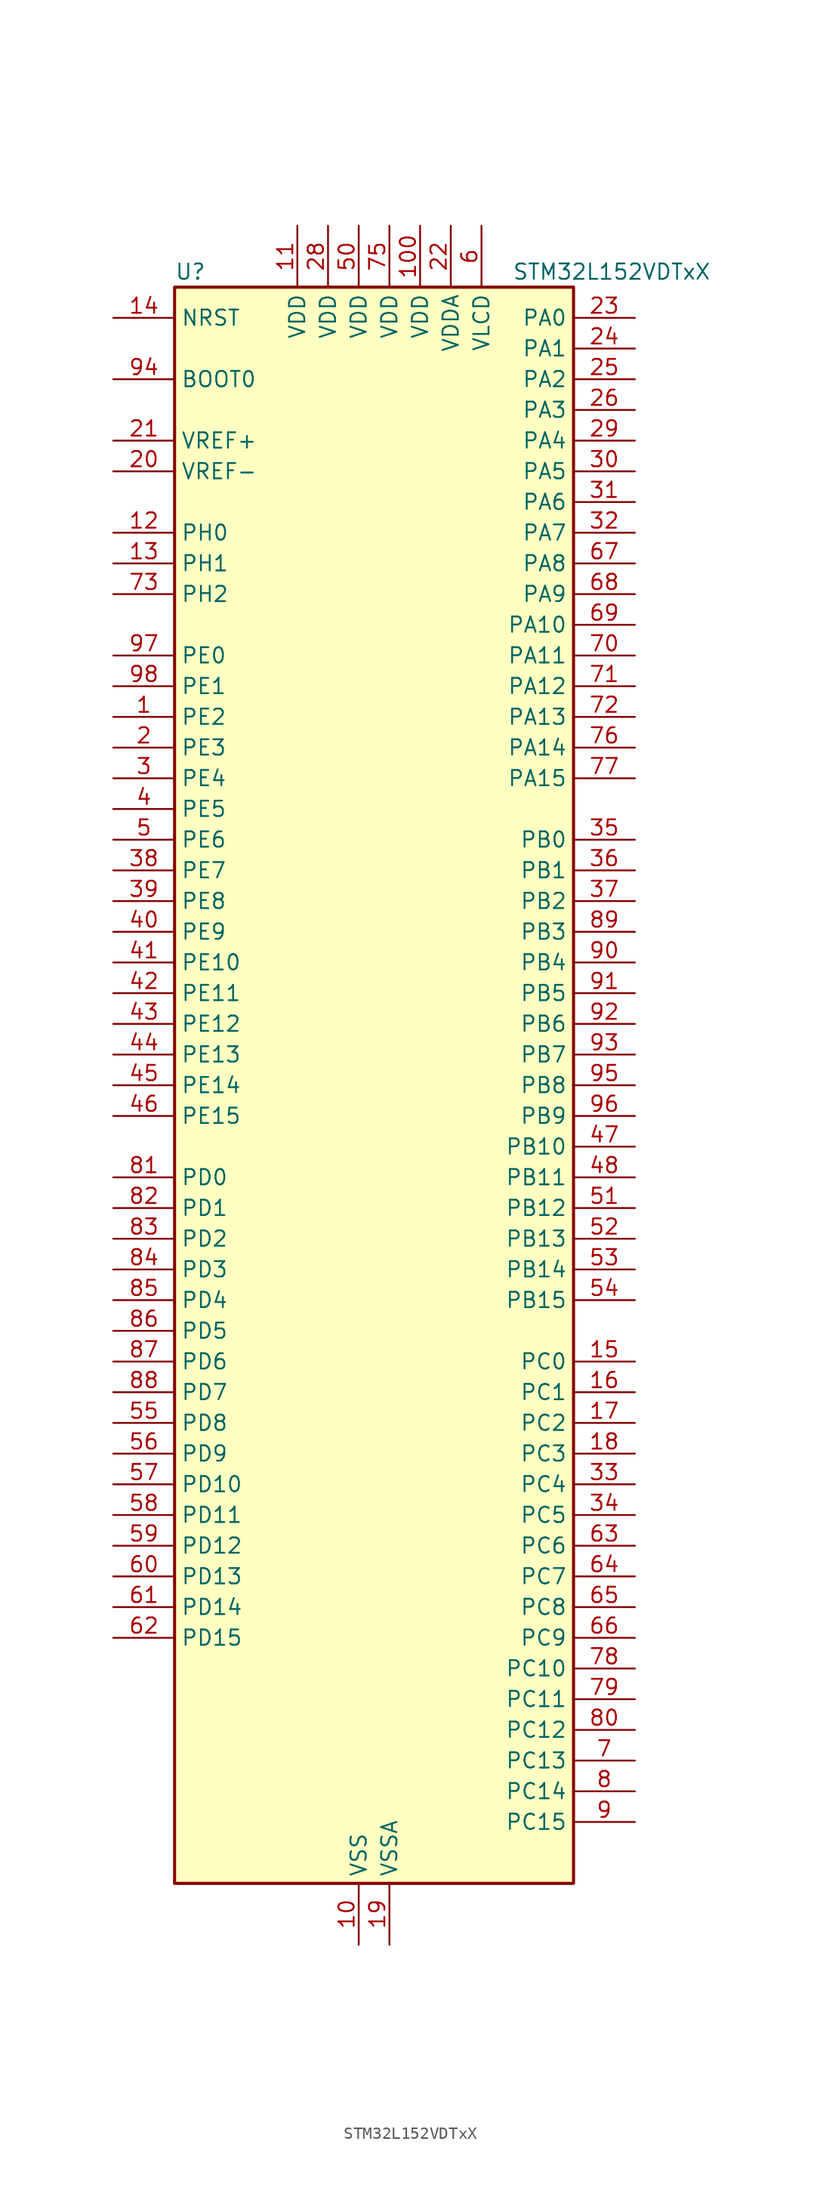
<source format=kicad_sym>
(kicad_symbol_lib
  (version 20231120)
  (generator "kicad_symbol_editor")
  (generator_version "8.0")
  (symbol "STM32L152VDTxX"
    (property "Reference" "U"
      (at -15.24 67.31 0)
      (effects (font (size 1.27 1.27)) (justify left)))
    (property "Value" "STM32L152VDTxX"
      (at 12.7 67.31 0)
      (effects (font (size 1.27 1.27)) (justify left)))
    (property "ki_locked" ""
      (at 0 0 0)
      (effects (font (size 1.27 1.27))))
    (symbol "STM32L152VDTxX_0_1"
      (rectangle (start -15.24 -66.04) (end 17.78 66.04) (stroke (width 0.254) (type default)) (fill (type background))))
    (symbol "STM32L152VDTxX_1_1"
      (pin bidirectional line (at -20.32 30.48 0) (length 5.08) (name "PE2" (effects (font (size 1.27 1.27)))) (number "1" (effects (font (size 1.27 1.27)))) (alternate "LCD_SEG38" bidirectional line) (alternate "SYS_TRACECK" bidirectional line) (alternate "TIM3_ETR" bidirectional line) (alternate "TIMX_IC3" bidirectional line))
      (pin power_in line (at 0 -71.12 90) (length 5.08) (name "VSS" (effects (font (size 1.27 1.27)))) (number "10" (effects (font (size 1.27 1.27)))))
      (pin power_in line (at 5.08 71.12 270) (length 5.08) (name "VDD" (effects (font (size 1.27 1.27)))) (number "100" (effects (font (size 1.27 1.27)))))
      (pin power_in line (at -5.08 71.12 270) (length 5.08) (name "VDD" (effects (font (size 1.27 1.27)))) (number "11" (effects (font (size 1.27 1.27)))))
      (pin bidirectional line (at -20.32 45.72 0) (length 5.08) (name "PH0" (effects (font (size 1.27 1.27)))) (number "12" (effects (font (size 1.27 1.27)))) (alternate "RCC_OSC_IN" bidirectional line))
      (pin bidirectional line (at -20.32 43.18 0) (length 5.08) (name "PH1" (effects (font (size 1.27 1.27)))) (number "13" (effects (font (size 1.27 1.27)))) (alternate "RCC_OSC_OUT" bidirectional line))
      (pin input line (at -20.32 63.5 0) (length 5.08) (name "NRST" (effects (font (size 1.27 1.27)))) (number "14" (effects (font (size 1.27 1.27)))))
      (pin bidirectional line (at 22.86 -22.86 180) (length 5.08) (name "PC0" (effects (font (size 1.27 1.27)))) (number "15" (effects (font (size 1.27 1.27)))) (alternate "ADC_IN10" bidirectional line) (alternate "COMP1_INP" bidirectional line) (alternate "LCD_SEG18" bidirectional line) (alternate "TIMX_IC1" bidirectional line) (alternate "TS_G8_IO1" bidirectional line))
      (pin bidirectional line (at 22.86 -25.4 180) (length 5.08) (name "PC1" (effects (font (size 1.27 1.27)))) (number "16" (effects (font (size 1.27 1.27)))) (alternate "ADC_IN11" bidirectional line) (alternate "COMP1_INP" bidirectional line) (alternate "LCD_SEG19" bidirectional line) (alternate "TIMX_IC2" bidirectional line) (alternate "TS_G8_IO2" bidirectional line))
      (pin bidirectional line (at 22.86 -27.94 180) (length 5.08) (name "PC2" (effects (font (size 1.27 1.27)))) (number "17" (effects (font (size 1.27 1.27)))) (alternate "ADC_IN12" bidirectional line) (alternate "COMP1_INP" bidirectional line) (alternate "LCD_SEG20" bidirectional line) (alternate "TIMX_IC3" bidirectional line) (alternate "TS_G8_IO3" bidirectional line))
      (pin bidirectional line (at 22.86 -30.48 180) (length 5.08) (name "PC3" (effects (font (size 1.27 1.27)))) (number "18" (effects (font (size 1.27 1.27)))) (alternate "ADC_IN13" bidirectional line) (alternate "COMP1_INP" bidirectional line) (alternate "LCD_SEG21" bidirectional line) (alternate "TIMX_IC4" bidirectional line) (alternate "TS_G8_IO4" bidirectional line))
      (pin power_in line (at 2.54 -71.12 90) (length 5.08) (name "VSSA" (effects (font (size 1.27 1.27)))) (number "19" (effects (font (size 1.27 1.27)))))
      (pin bidirectional line (at -20.32 27.94 0) (length 5.08) (name "PE3" (effects (font (size 1.27 1.27)))) (number "2" (effects (font (size 1.27 1.27)))) (alternate "LCD_SEG39" bidirectional line) (alternate "SYS_TRACED0" bidirectional line) (alternate "TIM3_CH1" bidirectional line) (alternate "TIMX_IC4" bidirectional line))
      (pin input line (at -20.32 50.8 0) (length 5.08) (name "VREF-" (effects (font (size 1.27 1.27)))) (number "20" (effects (font (size 1.27 1.27)))))
      (pin input line (at -20.32 53.34 0) (length 5.08) (name "VREF+" (effects (font (size 1.27 1.27)))) (number "21" (effects (font (size 1.27 1.27)))))
      (pin power_in line (at 7.62 71.12 270) (length 5.08) (name "VDDA" (effects (font (size 1.27 1.27)))) (number "22" (effects (font (size 1.27 1.27)))))
      (pin bidirectional line (at 22.86 63.5 180) (length 5.08) (name "PA0" (effects (font (size 1.27 1.27)))) (number "23" (effects (font (size 1.27 1.27)))) (alternate "ADC_IN0" bidirectional line) (alternate "COMP1_INP" bidirectional line) (alternate "RTC_TAMP2" bidirectional line) (alternate "SYS_WKUP1" bidirectional line) (alternate "TIM2_CH1" bidirectional line) (alternate "TIM2_ETR" bidirectional line) (alternate "TIM5_CH1" bidirectional line) (alternate "TIMX_IC1" bidirectional line) (alternate "TS_G1_IO1" bidirectional line) (alternate "USART2_CTS" bidirectional line))
      (pin bidirectional line (at 22.86 60.96 180) (length 5.08) (name "PA1" (effects (font (size 1.27 1.27)))) (number "24" (effects (font (size 1.27 1.27)))) (alternate "ADC_IN1" bidirectional line) (alternate "COMP1_INP" bidirectional line) (alternate "LCD_SEG0" bidirectional line) (alternate "OPAMP1_VINP" bidirectional line) (alternate "TIM2_CH2" bidirectional line) (alternate "TIM5_CH2" bidirectional line) (alternate "TIMX_IC2" bidirectional line) (alternate "TS_G1_IO2" bidirectional line) (alternate "USART2_RTS" bidirectional line))
      (pin bidirectional line (at 22.86 58.42 180) (length 5.08) (name "PA2" (effects (font (size 1.27 1.27)))) (number "25" (effects (font (size 1.27 1.27)))) (alternate "ADC_IN2" bidirectional line) (alternate "COMP1_INP" bidirectional line) (alternate "LCD_SEG1" bidirectional line) (alternate "OPAMP1_VINM" bidirectional line) (alternate "TIM2_CH3" bidirectional line) (alternate "TIM5_CH3" bidirectional line) (alternate "TIM9_CH1" bidirectional line) (alternate "TIMX_IC3" bidirectional line) (alternate "TS_G1_IO3" bidirectional line) (alternate "USART2_TX" bidirectional line))
      (pin bidirectional line (at 22.86 55.88 180) (length 5.08) (name "PA3" (effects (font (size 1.27 1.27)))) (number "26" (effects (font (size 1.27 1.27)))) (alternate "ADC_IN3" bidirectional line) (alternate "COMP1_INP" bidirectional line) (alternate "LCD_SEG2" bidirectional line) (alternate "OPAMP1_VOUT" bidirectional line) (alternate "TIM2_CH4" bidirectional line) (alternate "TIM5_CH4" bidirectional line) (alternate "TIM9_CH2" bidirectional line) (alternate "TIMX_IC4" bidirectional line) (alternate "TS_G1_IO4" bidirectional line) (alternate "USART2_RX" bidirectional line))
      (pin passive line (at 0 -71.12 90) (length 5.08) hide (name "VSS" (effects (font (size 1.27 1.27)))) (number "27" (effects (font (size 1.27 1.27)))))
      (pin power_in line (at -2.54 71.12 270) (length 5.08) (name "VDD" (effects (font (size 1.27 1.27)))) (number "28" (effects (font (size 1.27 1.27)))))
      (pin bidirectional line (at 22.86 53.34 180) (length 5.08) (name "PA4" (effects (font (size 1.27 1.27)))) (number "29" (effects (font (size 1.27 1.27)))) (alternate "ADC_IN4" bidirectional line) (alternate "COMP1_INP" bidirectional line) (alternate "DAC_OUT1" bidirectional line) (alternate "I2S3_WS" bidirectional line) (alternate "SPI1_NSS" bidirectional line) (alternate "SPI3_NSS" bidirectional line) (alternate "TIMX_IC1" bidirectional line) (alternate "USART2_CK" bidirectional line))
      (pin bidirectional line (at -20.32 25.4 0) (length 5.08) (name "PE4" (effects (font (size 1.27 1.27)))) (number "3" (effects (font (size 1.27 1.27)))) (alternate "SYS_TRACED1" bidirectional line) (alternate "TIM3_CH2" bidirectional line) (alternate "TIMX_IC1" bidirectional line))
      (pin bidirectional line (at 22.86 50.8 180) (length 5.08) (name "PA5" (effects (font (size 1.27 1.27)))) (number "30" (effects (font (size 1.27 1.27)))) (alternate "ADC_IN5" bidirectional line) (alternate "COMP1_INP" bidirectional line) (alternate "DAC_OUT2" bidirectional line) (alternate "SPI1_SCK" bidirectional line) (alternate "TIM2_CH1" bidirectional line) (alternate "TIM2_ETR" bidirectional line) (alternate "TIMX_IC2" bidirectional line))
      (pin bidirectional line (at 22.86 48.26 180) (length 5.08) (name "PA6" (effects (font (size 1.27 1.27)))) (number "31" (effects (font (size 1.27 1.27)))) (alternate "ADC_IN6" bidirectional line) (alternate "COMP1_INP" bidirectional line) (alternate "LCD_SEG3" bidirectional line) (alternate "OPAMP2_VINP" bidirectional line) (alternate "SPI1_MISO" bidirectional line) (alternate "TIM10_CH1" bidirectional line) (alternate "TIM3_CH1" bidirectional line) (alternate "TIMX_IC3" bidirectional line) (alternate "TS_G2_IO1" bidirectional line))
      (pin bidirectional line (at 22.86 45.72 180) (length 5.08) (name "PA7" (effects (font (size 1.27 1.27)))) (number "32" (effects (font (size 1.27 1.27)))) (alternate "ADC_IN7" bidirectional line) (alternate "COMP1_INP" bidirectional line) (alternate "LCD_SEG4" bidirectional line) (alternate "OPAMP2_VINM" bidirectional line) (alternate "SPI1_MOSI" bidirectional line) (alternate "TIM11_CH1" bidirectional line) (alternate "TIM3_CH2" bidirectional line) (alternate "TIMX_IC4" bidirectional line) (alternate "TS_G2_IO2" bidirectional line))
      (pin bidirectional line (at 22.86 -33.02 180) (length 5.08) (name "PC4" (effects (font (size 1.27 1.27)))) (number "33" (effects (font (size 1.27 1.27)))) (alternate "ADC_IN14" bidirectional line) (alternate "COMP1_INP" bidirectional line) (alternate "LCD_SEG22" bidirectional line) (alternate "TIMX_IC1" bidirectional line) (alternate "TS_G9_IO1" bidirectional line))
      (pin bidirectional line (at 22.86 -35.56 180) (length 5.08) (name "PC5" (effects (font (size 1.27 1.27)))) (number "34" (effects (font (size 1.27 1.27)))) (alternate "ADC_IN15" bidirectional line) (alternate "COMP1_INP" bidirectional line) (alternate "LCD_SEG23" bidirectional line) (alternate "TIMX_IC2" bidirectional line) (alternate "TS_G9_IO2" bidirectional line))
      (pin bidirectional line (at 22.86 20.32 180) (length 5.08) (name "PB0" (effects (font (size 1.27 1.27)))) (number "35" (effects (font (size 1.27 1.27)))) (alternate "ADC_IN8" bidirectional line) (alternate "COMP1_INP" bidirectional line) (alternate "LCD_SEG5" bidirectional line) (alternate "OPAMP2_VOUT" bidirectional line) (alternate "SYS_V_REF_OUT" bidirectional line) (alternate "TIM3_CH3" bidirectional line) (alternate "TS_G3_IO1" bidirectional line))
      (pin bidirectional line (at 22.86 17.78 180) (length 5.08) (name "PB1" (effects (font (size 1.27 1.27)))) (number "36" (effects (font (size 1.27 1.27)))) (alternate "ADC_IN9" bidirectional line) (alternate "COMP1_INP" bidirectional line) (alternate "LCD_SEG6" bidirectional line) (alternate "SYS_V_REF_OUT" bidirectional line) (alternate "TIM3_CH4" bidirectional line) (alternate "TS_G3_IO2" bidirectional line))
      (pin bidirectional line (at 22.86 15.24 180) (length 5.08) (name "PB2" (effects (font (size 1.27 1.27)))) (number "37" (effects (font (size 1.27 1.27)))) (alternate "ADC_IN0b" bidirectional line) (alternate "TS_G3_IO3" bidirectional line))
      (pin bidirectional line (at -20.32 17.78 0) (length 5.08) (name "PE7" (effects (font (size 1.27 1.27)))) (number "38" (effects (font (size 1.27 1.27)))) (alternate "ADC_IN22" bidirectional line) (alternate "COMP1_INP" bidirectional line) (alternate "TIMX_IC4" bidirectional line))
      (pin bidirectional line (at -20.32 15.24 0) (length 5.08) (name "PE8" (effects (font (size 1.27 1.27)))) (number "39" (effects (font (size 1.27 1.27)))) (alternate "ADC_IN23" bidirectional line) (alternate "COMP1_INP" bidirectional line) (alternate "TIMX_IC1" bidirectional line))
      (pin bidirectional line (at -20.32 22.86 0) (length 5.08) (name "PE5" (effects (font (size 1.27 1.27)))) (number "4" (effects (font (size 1.27 1.27)))) (alternate "SYS_TRACED2" bidirectional line) (alternate "TIM9_CH1" bidirectional line) (alternate "TIMX_IC2" bidirectional line))
      (pin bidirectional line (at -20.32 12.7 0) (length 5.08) (name "PE9" (effects (font (size 1.27 1.27)))) (number "40" (effects (font (size 1.27 1.27)))) (alternate "ADC_IN24" bidirectional line) (alternate "COMP1_INP" bidirectional line) (alternate "DAC_EXTI9" bidirectional line) (alternate "TIM2_CH1" bidirectional line) (alternate "TIM2_ETR" bidirectional line) (alternate "TIMX_IC2" bidirectional line))
      (pin bidirectional line (at -20.32 10.16 0) (length 5.08) (name "PE10" (effects (font (size 1.27 1.27)))) (number "41" (effects (font (size 1.27 1.27)))) (alternate "ADC_IN25" bidirectional line) (alternate "COMP1_INP" bidirectional line) (alternate "TIM2_CH2" bidirectional line) (alternate "TIMX_IC3" bidirectional line))
      (pin bidirectional line (at -20.32 7.62 0) (length 5.08) (name "PE11" (effects (font (size 1.27 1.27)))) (number "42" (effects (font (size 1.27 1.27)))) (alternate "ADC_EXTI11" bidirectional line) (alternate "TIM2_CH3" bidirectional line) (alternate "TIMX_IC4" bidirectional line))
      (pin bidirectional line (at -20.32 5.08 0) (length 5.08) (name "PE12" (effects (font (size 1.27 1.27)))) (number "43" (effects (font (size 1.27 1.27)))) (alternate "SPI1_NSS" bidirectional line) (alternate "TIM2_CH4" bidirectional line) (alternate "TIMX_IC1" bidirectional line))
      (pin bidirectional line (at -20.32 2.54 0) (length 5.08) (name "PE13" (effects (font (size 1.27 1.27)))) (number "44" (effects (font (size 1.27 1.27)))) (alternate "SPI1_SCK" bidirectional line) (alternate "TIMX_IC2" bidirectional line))
      (pin bidirectional line (at -20.32 0 0) (length 5.08) (name "PE14" (effects (font (size 1.27 1.27)))) (number "45" (effects (font (size 1.27 1.27)))) (alternate "SPI1_MISO" bidirectional line) (alternate "TIMX_IC3" bidirectional line))
      (pin bidirectional line (at -20.32 -2.54 0) (length 5.08) (name "PE15" (effects (font (size 1.27 1.27)))) (number "46" (effects (font (size 1.27 1.27)))) (alternate "ADC_EXTI15" bidirectional line) (alternate "SPI1_MOSI" bidirectional line) (alternate "TIMX_IC4" bidirectional line))
      (pin bidirectional line (at 22.86 -5.08 180) (length 5.08) (name "PB10" (effects (font (size 1.27 1.27)))) (number "47" (effects (font (size 1.27 1.27)))) (alternate "I2C2_SCL" bidirectional line) (alternate "LCD_SEG10" bidirectional line) (alternate "TIM2_CH3" bidirectional line) (alternate "USART3_TX" bidirectional line))
      (pin bidirectional line (at 22.86 -7.62 180) (length 5.08) (name "PB11" (effects (font (size 1.27 1.27)))) (number "48" (effects (font (size 1.27 1.27)))) (alternate "ADC_EXTI11" bidirectional line) (alternate "I2C2_SDA" bidirectional line) (alternate "LCD_SEG11" bidirectional line) (alternate "TIM2_CH4" bidirectional line) (alternate "USART3_RX" bidirectional line))
      (pin passive line (at 0 -71.12 90) (length 5.08) hide (name "VSS" (effects (font (size 1.27 1.27)))) (number "49" (effects (font (size 1.27 1.27)))))
      (pin bidirectional line (at -20.32 20.32 0) (length 5.08) (name "PE6" (effects (font (size 1.27 1.27)))) (number "5" (effects (font (size 1.27 1.27)))) (alternate "RTC_TAMP3" bidirectional line) (alternate "SYS_TRACED3" bidirectional line) (alternate "SYS_WKUP3" bidirectional line) (alternate "TIM9_CH2" bidirectional line) (alternate "TIMX_IC3" bidirectional line))
      (pin power_in line (at 0 71.12 270) (length 5.08) (name "VDD" (effects (font (size 1.27 1.27)))) (number "50" (effects (font (size 1.27 1.27)))))
      (pin bidirectional line (at 22.86 -10.16 180) (length 5.08) (name "PB12" (effects (font (size 1.27 1.27)))) (number "51" (effects (font (size 1.27 1.27)))) (alternate "ADC_IN18" bidirectional line) (alternate "COMP1_INP" bidirectional line) (alternate "I2C2_SMBA" bidirectional line) (alternate "I2S2_WS" bidirectional line) (alternate "LCD_SEG12" bidirectional line) (alternate "SPI2_NSS" bidirectional line) (alternate "TIM10_CH1" bidirectional line) (alternate "TS_G7_IO1" bidirectional line) (alternate "USART3_CK" bidirectional line))
      (pin bidirectional line (at 22.86 -12.7 180) (length 5.08) (name "PB13" (effects (font (size 1.27 1.27)))) (number "52" (effects (font (size 1.27 1.27)))) (alternate "ADC_IN19" bidirectional line) (alternate "COMP1_INP" bidirectional line) (alternate "I2S2_CK" bidirectional line) (alternate "LCD_SEG13" bidirectional line) (alternate "SPI2_SCK" bidirectional line) (alternate "TIM9_CH1" bidirectional line) (alternate "TS_G7_IO2" bidirectional line) (alternate "USART3_CTS" bidirectional line))
      (pin bidirectional line (at 22.86 -15.24 180) (length 5.08) (name "PB14" (effects (font (size 1.27 1.27)))) (number "53" (effects (font (size 1.27 1.27)))) (alternate "ADC_IN20" bidirectional line) (alternate "COMP1_INP" bidirectional line) (alternate "LCD_SEG14" bidirectional line) (alternate "SPI2_MISO" bidirectional line) (alternate "TIM9_CH2" bidirectional line) (alternate "TS_G7_IO3" bidirectional line) (alternate "USART3_RTS" bidirectional line))
      (pin bidirectional line (at 22.86 -17.78 180) (length 5.08) (name "PB15" (effects (font (size 1.27 1.27)))) (number "54" (effects (font (size 1.27 1.27)))) (alternate "ADC_EXTI15" bidirectional line) (alternate "ADC_IN21" bidirectional line) (alternate "COMP1_INP" bidirectional line) (alternate "I2S2_SD" bidirectional line) (alternate "LCD_SEG15" bidirectional line) (alternate "RTC_REFIN" bidirectional line) (alternate "SPI2_MOSI" bidirectional line) (alternate "TIM11_CH1" bidirectional line) (alternate "TS_G7_IO4" bidirectional line))
      (pin bidirectional line (at -20.32 -27.94 0) (length 5.08) (name "PD8" (effects (font (size 1.27 1.27)))) (number "55" (effects (font (size 1.27 1.27)))) (alternate "LCD_SEG28" bidirectional line) (alternate "TIMX_IC1" bidirectional line) (alternate "USART3_TX" bidirectional line))
      (pin bidirectional line (at -20.32 -30.48 0) (length 5.08) (name "PD9" (effects (font (size 1.27 1.27)))) (number "56" (effects (font (size 1.27 1.27)))) (alternate "DAC_EXTI9" bidirectional line) (alternate "LCD_SEG29" bidirectional line) (alternate "TIMX_IC2" bidirectional line) (alternate "USART3_RX" bidirectional line))
      (pin bidirectional line (at -20.32 -33.02 0) (length 5.08) (name "PD10" (effects (font (size 1.27 1.27)))) (number "57" (effects (font (size 1.27 1.27)))) (alternate "LCD_SEG30" bidirectional line) (alternate "TIMX_IC3" bidirectional line) (alternate "USART3_CK" bidirectional line))
      (pin bidirectional line (at -20.32 -35.56 0) (length 5.08) (name "PD11" (effects (font (size 1.27 1.27)))) (number "58" (effects (font (size 1.27 1.27)))) (alternate "ADC_EXTI11" bidirectional line) (alternate "LCD_SEG31" bidirectional line) (alternate "TIMX_IC4" bidirectional line) (alternate "USART3_CTS" bidirectional line))
      (pin bidirectional line (at -20.32 -38.1 0) (length 5.08) (name "PD12" (effects (font (size 1.27 1.27)))) (number "59" (effects (font (size 1.27 1.27)))) (alternate "LCD_SEG32" bidirectional line) (alternate "TIM4_CH1" bidirectional line) (alternate "TIMX_IC1" bidirectional line) (alternate "USART3_RTS" bidirectional line))
      (pin power_in line (at 10.16 71.12 270) (length 5.08) (name "VLCD" (effects (font (size 1.27 1.27)))) (number "6" (effects (font (size 1.27 1.27)))))
      (pin bidirectional line (at -20.32 -40.64 0) (length 5.08) (name "PD13" (effects (font (size 1.27 1.27)))) (number "60" (effects (font (size 1.27 1.27)))) (alternate "LCD_SEG33" bidirectional line) (alternate "TIM4_CH2" bidirectional line) (alternate "TIMX_IC2" bidirectional line))
      (pin bidirectional line (at -20.32 -43.18 0) (length 5.08) (name "PD14" (effects (font (size 1.27 1.27)))) (number "61" (effects (font (size 1.27 1.27)))) (alternate "LCD_SEG34" bidirectional line) (alternate "TIM4_CH3" bidirectional line) (alternate "TIMX_IC3" bidirectional line))
      (pin bidirectional line (at -20.32 -45.72 0) (length 5.08) (name "PD15" (effects (font (size 1.27 1.27)))) (number "62" (effects (font (size 1.27 1.27)))) (alternate "ADC_EXTI15" bidirectional line) (alternate "LCD_SEG35" bidirectional line) (alternate "TIM4_CH4" bidirectional line) (alternate "TIMX_IC4" bidirectional line))
      (pin bidirectional line (at 22.86 -38.1 180) (length 5.08) (name "PC6" (effects (font (size 1.27 1.27)))) (number "63" (effects (font (size 1.27 1.27)))) (alternate "I2S2_MCK" bidirectional line) (alternate "LCD_SEG24" bidirectional line) (alternate "TIM3_CH1" bidirectional line) (alternate "TIMX_IC3" bidirectional line) (alternate "TS_G10_IO1" bidirectional line))
      (pin bidirectional line (at 22.86 -40.64 180) (length 5.08) (name "PC7" (effects (font (size 1.27 1.27)))) (number "64" (effects (font (size 1.27 1.27)))) (alternate "I2S3_MCK" bidirectional line) (alternate "LCD_SEG25" bidirectional line) (alternate "TIM3_CH2" bidirectional line) (alternate "TIMX_IC4" bidirectional line) (alternate "TS_G10_IO2" bidirectional line))
      (pin bidirectional line (at 22.86 -43.18 180) (length 5.08) (name "PC8" (effects (font (size 1.27 1.27)))) (number "65" (effects (font (size 1.27 1.27)))) (alternate "LCD_SEG26" bidirectional line) (alternate "TIM3_CH3" bidirectional line) (alternate "TIMX_IC1" bidirectional line) (alternate "TS_G10_IO3" bidirectional line))
      (pin bidirectional line (at 22.86 -45.72 180) (length 5.08) (name "PC9" (effects (font (size 1.27 1.27)))) (number "66" (effects (font (size 1.27 1.27)))) (alternate "DAC_EXTI9" bidirectional line) (alternate "LCD_SEG27" bidirectional line) (alternate "TIM3_CH4" bidirectional line) (alternate "TIMX_IC2" bidirectional line) (alternate "TS_G10_IO4" bidirectional line))
      (pin bidirectional line (at 22.86 43.18 180) (length 5.08) (name "PA8" (effects (font (size 1.27 1.27)))) (number "67" (effects (font (size 1.27 1.27)))) (alternate "LCD_COM0" bidirectional line) (alternate "RCC_MCO" bidirectional line) (alternate "TIMX_IC1" bidirectional line) (alternate "TS_G4_IO1" bidirectional line) (alternate "USART1_CK" bidirectional line))
      (pin bidirectional line (at 22.86 40.64 180) (length 5.08) (name "PA9" (effects (font (size 1.27 1.27)))) (number "68" (effects (font (size 1.27 1.27)))) (alternate "DAC_EXTI9" bidirectional line) (alternate "LCD_COM1" bidirectional line) (alternate "TIMX_IC2" bidirectional line) (alternate "TS_G4_IO2" bidirectional line) (alternate "USART1_TX" bidirectional line))
      (pin bidirectional line (at 22.86 38.1 180) (length 5.08) (name "PA10" (effects (font (size 1.27 1.27)))) (number "69" (effects (font (size 1.27 1.27)))) (alternate "LCD_COM2" bidirectional line) (alternate "TIMX_IC3" bidirectional line) (alternate "TS_G4_IO3" bidirectional line) (alternate "USART1_RX" bidirectional line))
      (pin bidirectional line (at 22.86 -55.88 180) (length 5.08) (name "PC13" (effects (font (size 1.27 1.27)))) (number "7" (effects (font (size 1.27 1.27)))) (alternate "RTC_OUT_ALARM" bidirectional line) (alternate "RTC_OUT_CALIB" bidirectional line) (alternate "RTC_TAMP1" bidirectional line) (alternate "RTC_TS" bidirectional line) (alternate "SYS_WKUP2" bidirectional line) (alternate "TIMX_IC2" bidirectional line))
      (pin bidirectional line (at 22.86 35.56 180) (length 5.08) (name "PA11" (effects (font (size 1.27 1.27)))) (number "70" (effects (font (size 1.27 1.27)))) (alternate "ADC_EXTI11" bidirectional line) (alternate "SPI1_MISO" bidirectional line) (alternate "TIMX_IC4" bidirectional line) (alternate "USART1_CTS" bidirectional line) (alternate "USB_DM" bidirectional line))
      (pin bidirectional line (at 22.86 33.02 180) (length 5.08) (name "PA12" (effects (font (size 1.27 1.27)))) (number "71" (effects (font (size 1.27 1.27)))) (alternate "SPI1_MOSI" bidirectional line) (alternate "TIMX_IC1" bidirectional line) (alternate "USART1_RTS" bidirectional line) (alternate "USB_DP" bidirectional line))
      (pin bidirectional line (at 22.86 30.48 180) (length 5.08) (name "PA13" (effects (font (size 1.27 1.27)))) (number "72" (effects (font (size 1.27 1.27)))) (alternate "SYS_JTMS-SWDIO" bidirectional line) (alternate "TIMX_IC2" bidirectional line) (alternate "TS_G5_IO1" bidirectional line))
      (pin bidirectional line (at -20.32 40.64 0) (length 5.08) (name "PH2" (effects (font (size 1.27 1.27)))) (number "73" (effects (font (size 1.27 1.27)))))
      (pin passive line (at 0 -71.12 90) (length 5.08) hide (name "VSS" (effects (font (size 1.27 1.27)))) (number "74" (effects (font (size 1.27 1.27)))))
      (pin power_in line (at 2.54 71.12 270) (length 5.08) (name "VDD" (effects (font (size 1.27 1.27)))) (number "75" (effects (font (size 1.27 1.27)))))
      (pin bidirectional line (at 22.86 27.94 180) (length 5.08) (name "PA14" (effects (font (size 1.27 1.27)))) (number "76" (effects (font (size 1.27 1.27)))) (alternate "SYS_JTCK-SWCLK" bidirectional line) (alternate "TIMX_IC3" bidirectional line) (alternate "TS_G5_IO2" bidirectional line))
      (pin bidirectional line (at 22.86 25.4 180) (length 5.08) (name "PA15" (effects (font (size 1.27 1.27)))) (number "77" (effects (font (size 1.27 1.27)))) (alternate "ADC_EXTI15" bidirectional line) (alternate "I2S3_WS" bidirectional line) (alternate "LCD_SEG17" bidirectional line) (alternate "SPI1_NSS" bidirectional line) (alternate "SPI3_NSS" bidirectional line) (alternate "SYS_JTDI" bidirectional line) (alternate "TIM2_CH1" bidirectional line) (alternate "TIM2_ETR" bidirectional line) (alternate "TIMX_IC4" bidirectional line) (alternate "TS_G5_IO3" bidirectional line))
      (pin bidirectional line (at 22.86 -48.26 180) (length 5.08) (name "PC10" (effects (font (size 1.27 1.27)))) (number "78" (effects (font (size 1.27 1.27)))) (alternate "I2S3_CK" bidirectional line) (alternate "LCD_COM4" bidirectional line) (alternate "LCD_SEG28" bidirectional line) (alternate "LCD_SEG40" bidirectional line) (alternate "SPI3_SCK" bidirectional line) (alternate "TIMX_IC3" bidirectional line) (alternate "UART4_TX" bidirectional line) (alternate "USART3_TX" bidirectional line))
      (pin bidirectional line (at 22.86 -50.8 180) (length 5.08) (name "PC11" (effects (font (size 1.27 1.27)))) (number "79" (effects (font (size 1.27 1.27)))) (alternate "ADC_EXTI11" bidirectional line) (alternate "LCD_COM5" bidirectional line) (alternate "LCD_SEG29" bidirectional line) (alternate "LCD_SEG41" bidirectional line) (alternate "SPI3_MISO" bidirectional line) (alternate "TIMX_IC4" bidirectional line) (alternate "UART4_RX" bidirectional line) (alternate "USART3_RX" bidirectional line))
      (pin bidirectional line (at 22.86 -58.42 180) (length 5.08) (name "PC14" (effects (font (size 1.27 1.27)))) (number "8" (effects (font (size 1.27 1.27)))) (alternate "RCC_OSC32_IN" bidirectional line) (alternate "TIMX_IC3" bidirectional line))
      (pin bidirectional line (at 22.86 -53.34 180) (length 5.08) (name "PC12" (effects (font (size 1.27 1.27)))) (number "80" (effects (font (size 1.27 1.27)))) (alternate "I2S3_SD" bidirectional line) (alternate "LCD_COM6" bidirectional line) (alternate "LCD_SEG30" bidirectional line) (alternate "LCD_SEG42" bidirectional line) (alternate "SPI3_MOSI" bidirectional line) (alternate "TIMX_IC1" bidirectional line) (alternate "UART5_TX" bidirectional line) (alternate "USART3_CK" bidirectional line))
      (pin bidirectional line (at -20.32 -7.62 0) (length 5.08) (name "PD0" (effects (font (size 1.27 1.27)))) (number "81" (effects (font (size 1.27 1.27)))) (alternate "I2S2_WS" bidirectional line) (alternate "SPI2_NSS" bidirectional line) (alternate "TIM9_CH1" bidirectional line) (alternate "TIMX_IC1" bidirectional line))
      (pin bidirectional line (at -20.32 -10.16 0) (length 5.08) (name "PD1" (effects (font (size 1.27 1.27)))) (number "82" (effects (font (size 1.27 1.27)))) (alternate "I2S2_CK" bidirectional line) (alternate "SPI2_SCK" bidirectional line) (alternate "TIMX_IC2" bidirectional line))
      (pin bidirectional line (at -20.32 -12.7 0) (length 5.08) (name "PD2" (effects (font (size 1.27 1.27)))) (number "83" (effects (font (size 1.27 1.27)))) (alternate "LCD_COM7" bidirectional line) (alternate "LCD_SEG31" bidirectional line) (alternate "LCD_SEG43" bidirectional line) (alternate "TIM3_ETR" bidirectional line) (alternate "TIMX_IC3" bidirectional line) (alternate "UART5_RX" bidirectional line))
      (pin bidirectional line (at -20.32 -15.24 0) (length 5.08) (name "PD3" (effects (font (size 1.27 1.27)))) (number "84" (effects (font (size 1.27 1.27)))) (alternate "SPI2_MISO" bidirectional line) (alternate "TIMX_IC4" bidirectional line) (alternate "USART2_CTS" bidirectional line))
      (pin bidirectional line (at -20.32 -17.78 0) (length 5.08) (name "PD4" (effects (font (size 1.27 1.27)))) (number "85" (effects (font (size 1.27 1.27)))) (alternate "I2S2_SD" bidirectional line) (alternate "SPI2_MOSI" bidirectional line) (alternate "TIMX_IC1" bidirectional line) (alternate "USART2_RTS" bidirectional line))
      (pin bidirectional line (at -20.32 -20.32 0) (length 5.08) (name "PD5" (effects (font (size 1.27 1.27)))) (number "86" (effects (font (size 1.27 1.27)))) (alternate "TIMX_IC2" bidirectional line) (alternate "USART2_TX" bidirectional line))
      (pin bidirectional line (at -20.32 -22.86 0) (length 5.08) (name "PD6" (effects (font (size 1.27 1.27)))) (number "87" (effects (font (size 1.27 1.27)))) (alternate "TIMX_IC3" bidirectional line) (alternate "USART2_RX" bidirectional line))
      (pin bidirectional line (at -20.32 -25.4 0) (length 5.08) (name "PD7" (effects (font (size 1.27 1.27)))) (number "88" (effects (font (size 1.27 1.27)))) (alternate "TIM9_CH2" bidirectional line) (alternate "TIMX_IC4" bidirectional line) (alternate "USART2_CK" bidirectional line))
      (pin bidirectional line (at 22.86 12.7 180) (length 5.08) (name "PB3" (effects (font (size 1.27 1.27)))) (number "89" (effects (font (size 1.27 1.27)))) (alternate "COMP2_INM" bidirectional line) (alternate "I2S3_CK" bidirectional line) (alternate "LCD_SEG7" bidirectional line) (alternate "SPI1_SCK" bidirectional line) (alternate "SPI3_SCK" bidirectional line) (alternate "SYS_JTDO-TRACESWO" bidirectional line) (alternate "TIM2_CH2" bidirectional line))
      (pin bidirectional line (at 22.86 -60.96 180) (length 5.08) (name "PC15" (effects (font (size 1.27 1.27)))) (number "9" (effects (font (size 1.27 1.27)))) (alternate "ADC_EXTI15" bidirectional line) (alternate "RCC_OSC32_OUT" bidirectional line) (alternate "TIMX_IC4" bidirectional line))
      (pin bidirectional line (at 22.86 10.16 180) (length 5.08) (name "PB4" (effects (font (size 1.27 1.27)))) (number "90" (effects (font (size 1.27 1.27)))) (alternate "COMP2_INP" bidirectional line) (alternate "LCD_SEG8" bidirectional line) (alternate "SPI1_MISO" bidirectional line) (alternate "SPI3_MISO" bidirectional line) (alternate "SYS_JTRST" bidirectional line) (alternate "TIM3_CH1" bidirectional line) (alternate "TS_G6_IO1" bidirectional line))
      (pin bidirectional line (at 22.86 7.62 180) (length 5.08) (name "PB5" (effects (font (size 1.27 1.27)))) (number "91" (effects (font (size 1.27 1.27)))) (alternate "COMP2_INP" bidirectional line) (alternate "I2C1_SMBA" bidirectional line) (alternate "I2S3_SD" bidirectional line) (alternate "LCD_SEG9" bidirectional line) (alternate "SPI1_MOSI" bidirectional line) (alternate "SPI3_MOSI" bidirectional line) (alternate "TIM3_CH2" bidirectional line) (alternate "TS_G6_IO2" bidirectional line))
      (pin bidirectional line (at 22.86 5.08 180) (length 5.08) (name "PB6" (effects (font (size 1.27 1.27)))) (number "92" (effects (font (size 1.27 1.27)))) (alternate "COMP2_INP" bidirectional line) (alternate "I2C1_SCL" bidirectional line) (alternate "TIM4_CH1" bidirectional line) (alternate "TS_G6_IO3" bidirectional line) (alternate "USART1_TX" bidirectional line))
      (pin bidirectional line (at 22.86 2.54 180) (length 5.08) (name "PB7" (effects (font (size 1.27 1.27)))) (number "93" (effects (font (size 1.27 1.27)))) (alternate "COMP2_INP" bidirectional line) (alternate "I2C1_SDA" bidirectional line) (alternate "SYS_PVD_IN" bidirectional line) (alternate "TIM4_CH2" bidirectional line) (alternate "TS_G6_IO4" bidirectional line) (alternate "USART1_RX" bidirectional line))
      (pin input line (at -20.32 58.42 0) (length 5.08) (name "BOOT0" (effects (font (size 1.27 1.27)))) (number "94" (effects (font (size 1.27 1.27)))))
      (pin bidirectional line (at 22.86 0 180) (length 5.08) (name "PB8" (effects (font (size 1.27 1.27)))) (number "95" (effects (font (size 1.27 1.27)))) (alternate "I2C1_SCL" bidirectional line) (alternate "LCD_SEG16" bidirectional line) (alternate "TIM10_CH1" bidirectional line) (alternate "TIM4_CH3" bidirectional line))
      (pin bidirectional line (at 22.86 -2.54 180) (length 5.08) (name "PB9" (effects (font (size 1.27 1.27)))) (number "96" (effects (font (size 1.27 1.27)))) (alternate "DAC_EXTI9" bidirectional line) (alternate "I2C1_SDA" bidirectional line) (alternate "LCD_COM3" bidirectional line) (alternate "TIM11_CH1" bidirectional line) (alternate "TIM4_CH4" bidirectional line))
      (pin bidirectional line (at -20.32 35.56 0) (length 5.08) (name "PE0" (effects (font (size 1.27 1.27)))) (number "97" (effects (font (size 1.27 1.27)))) (alternate "LCD_SEG36" bidirectional line) (alternate "TIM10_CH1" bidirectional line) (alternate "TIM4_ETR" bidirectional line) (alternate "TIMX_IC1" bidirectional line))
      (pin bidirectional line (at -20.32 33.02 0) (length 5.08) (name "PE1" (effects (font (size 1.27 1.27)))) (number "98" (effects (font (size 1.27 1.27)))) (alternate "LCD_SEG37" bidirectional line) (alternate "TIM11_CH1" bidirectional line) (alternate "TIMX_IC2" bidirectional line))
      (pin passive line (at 0 -71.12 90) (length 5.08) hide (name "VSS" (effects (font (size 1.27 1.27)))) (number "99" (effects (font (size 1.27 1.27))))))))
</source>
